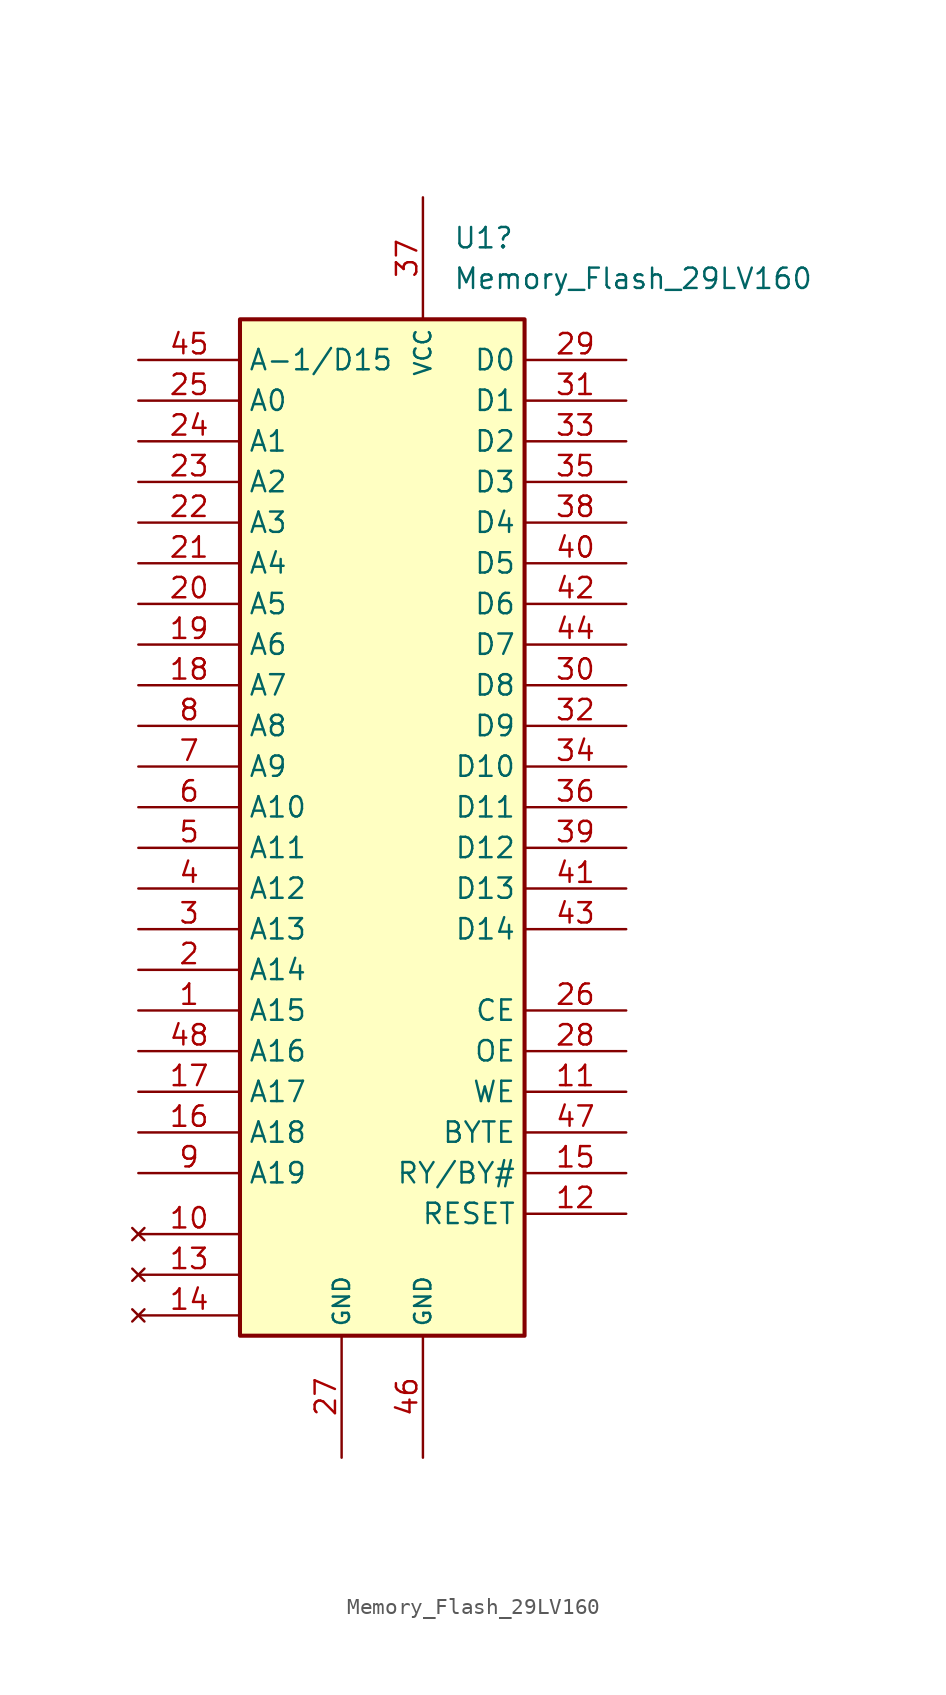
<source format=kicad_sym>
(kicad_symbol_lib
  (version 20231120)
  (generator "kicad_symbol_editor")
  (generator_version "8.0")
  (symbol "Memory_Flash_29LV160"
    (property "Reference" "U1"
      (at 4.42 27.94 0)
      (effects (font (size 1.27 1.27)) (justify left)))
    (property "Value" "Memory_Flash_29LV160"
      (at 4.42 25.4 0)
      (effects (font (size 1.27 1.27)) (justify left)))
    (symbol "Memory_Flash_29LV160_0_1"
      (rectangle (start -8.89 22.86) (end 8.89 -40.64) (stroke (width 0.254) (type default)) (fill (type background))))
    (symbol "Memory_Flash_29LV160_1_1"
      (pin input line (at -15.24 -20.32 0) (length 6.35) (name "A15" (effects (font (size 1.27 1.27)))) (number "1" (effects (font (size 1.27 1.27)))))
      (pin no_connect line (at -15.24 -34.29 0) (length 6.35) (name "" (effects (font (size 1.27 1.27)))) (number "10" (effects (font (size 1.27 1.27)))))
      (pin input line (at 15.24 -25.4 180) (length 6.35) (name "WE" (effects (font (size 1.27 1.27)))) (number "11" (effects (font (size 1.27 1.27)))))
      (pin input line (at 15.24 -33.02 180) (length 6.35) (name "RESET" (effects (font (size 1.27 1.27)))) (number "12" (effects (font (size 1.27 1.27)))))
      (pin no_connect line (at -15.24 -36.83 0) (length 6.35) (name "" (effects (font (size 1.27 1.27)))) (number "13" (effects (font (size 1.27 1.27)))))
      (pin no_connect line (at -15.24 -39.37 0) (length 6.35) (name "" (effects (font (size 1.27 1.27)))) (number "14" (effects (font (size 1.27 1.27)))))
      (pin input line (at 15.24 -30.48 180) (length 6.35) (name "RY/BY#" (effects (font (size 1.27 1.27)))) (number "15" (effects (font (size 1.27 1.27)))))
      (pin input line (at -15.24 -27.94 0) (length 6.35) (name "A18" (effects (font (size 1.27 1.27)))) (number "16" (effects (font (size 1.27 1.27)))))
      (pin input line (at -15.24 -25.4 0) (length 6.35) (name "A17" (effects (font (size 1.27 1.27)))) (number "17" (effects (font (size 1.27 1.27)))))
      (pin input line (at -15.24 0 0) (length 6.35) (name "A7" (effects (font (size 1.27 1.27)))) (number "18" (effects (font (size 1.27 1.27)))))
      (pin input line (at -15.24 2.54 0) (length 6.35) (name "A6" (effects (font (size 1.27 1.27)))) (number "19" (effects (font (size 1.27 1.27)))))
      (pin input line (at -15.24 -17.78 0) (length 6.35) (name "A14" (effects (font (size 1.27 1.27)))) (number "2" (effects (font (size 1.27 1.27)))))
      (pin input line (at -15.24 5.08 0) (length 6.35) (name "A5" (effects (font (size 1.27 1.27)))) (number "20" (effects (font (size 1.27 1.27)))))
      (pin input line (at -15.24 7.62 0) (length 6.35) (name "A4" (effects (font (size 1.27 1.27)))) (number "21" (effects (font (size 1.27 1.27)))))
      (pin input line (at -15.24 10.16 0) (length 6.35) (name "A3" (effects (font (size 1.27 1.27)))) (number "22" (effects (font (size 1.27 1.27)))))
      (pin input line (at -15.24 12.7 0) (length 6.35) (name "A2" (effects (font (size 1.27 1.27)))) (number "23" (effects (font (size 1.27 1.27)))))
      (pin input line (at -15.24 15.24 0) (length 6.35) (name "A1" (effects (font (size 1.27 1.27)))) (number "24" (effects (font (size 1.27 1.27)))))
      (pin input line (at -15.24 17.78 0) (length 6.35) (name "A0" (effects (font (size 1.27 1.27)))) (number "25" (effects (font (size 1.27 1.27)))))
      (pin input line (at 15.24 -20.32 180) (length 6.35) (name "CE" (effects (font (size 1.27 1.27)))) (number "26" (effects (font (size 1.27 1.27)))))
      (pin power_in line (at -2.54 -48.26 90) (length 7.62) (name "GND" (effects (font (size 1.016 1.016)))) (number "27" (effects (font (size 1.27 1.27)))))
      (pin input line (at 15.24 -22.86 180) (length 6.35) (name "OE" (effects (font (size 1.27 1.27)))) (number "28" (effects (font (size 1.27 1.27)))))
      (pin bidirectional line (at 15.24 20.32 180) (length 6.35) (name "D0" (effects (font (size 1.27 1.27)))) (number "29" (effects (font (size 1.27 1.27)))))
      (pin input line (at -15.24 -15.24 0) (length 6.35) (name "A13" (effects (font (size 1.27 1.27)))) (number "3" (effects (font (size 1.27 1.27)))))
      (pin bidirectional line (at 15.24 0 180) (length 6.35) (name "D8" (effects (font (size 1.27 1.27)))) (number "30" (effects (font (size 1.27 1.27)))))
      (pin bidirectional line (at 15.24 17.78 180) (length 6.35) (name "D1" (effects (font (size 1.27 1.27)))) (number "31" (effects (font (size 1.27 1.27)))))
      (pin bidirectional line (at 15.24 -2.54 180) (length 6.35) (name "D9" (effects (font (size 1.27 1.27)))) (number "32" (effects (font (size 1.27 1.27)))))
      (pin bidirectional line (at 15.24 15.24 180) (length 6.35) (name "D2" (effects (font (size 1.27 1.27)))) (number "33" (effects (font (size 1.27 1.27)))))
      (pin bidirectional line (at 15.24 -5.08 180) (length 6.35) (name "D10" (effects (font (size 1.27 1.27)))) (number "34" (effects (font (size 1.27 1.27)))))
      (pin bidirectional line (at 15.24 12.7 180) (length 6.35) (name "D3" (effects (font (size 1.27 1.27)))) (number "35" (effects (font (size 1.27 1.27)))))
      (pin bidirectional line (at 15.24 -7.62 180) (length 6.35) (name "D11" (effects (font (size 1.27 1.27)))) (number "36" (effects (font (size 1.27 1.27)))))
      (pin power_in line (at 2.54 30.48 270) (length 7.62) (name "VCC" (effects (font (size 1.016 1.016)))) (number "37" (effects (font (size 1.27 1.27)))))
      (pin bidirectional line (at 15.24 10.16 180) (length 6.35) (name "D4" (effects (font (size 1.27 1.27)))) (number "38" (effects (font (size 1.27 1.27)))))
      (pin bidirectional line (at 15.24 -10.16 180) (length 6.35) (name "D12" (effects (font (size 1.27 1.27)))) (number "39" (effects (font (size 1.27 1.27)))))
      (pin input line (at -15.24 -12.7 0) (length 6.35) (name "A12" (effects (font (size 1.27 1.27)))) (number "4" (effects (font (size 1.27 1.27)))))
      (pin bidirectional line (at 15.24 7.62 180) (length 6.35) (name "D5" (effects (font (size 1.27 1.27)))) (number "40" (effects (font (size 1.27 1.27)))))
      (pin bidirectional line (at 15.24 -12.7 180) (length 6.35) (name "D13" (effects (font (size 1.27 1.27)))) (number "41" (effects (font (size 1.27 1.27)))))
      (pin bidirectional line (at 15.24 5.08 180) (length 6.35) (name "D6" (effects (font (size 1.27 1.27)))) (number "42" (effects (font (size 1.27 1.27)))))
      (pin bidirectional line (at 15.24 -15.24 180) (length 6.35) (name "D14" (effects (font (size 1.27 1.27)))) (number "43" (effects (font (size 1.27 1.27)))))
      (pin bidirectional line (at 15.24 2.54 180) (length 6.35) (name "D7" (effects (font (size 1.27 1.27)))) (number "44" (effects (font (size 1.27 1.27)))))
      (pin bidirectional line (at -15.24 20.32 0) (length 6.35) (name "A-1/D15" (effects (font (size 1.27 1.27)))) (number "45" (effects (font (size 1.27 1.27)))))
      (pin power_in line (at 2.54 -48.26 90) (length 7.62) (name "GND" (effects (font (size 1.016 1.016)))) (number "46" (effects (font (size 1.27 1.27)))))
      (pin input line (at 15.24 -27.94 180) (length 6.35) (name "BYTE" (effects (font (size 1.27 1.27)))) (number "47" (effects (font (size 1.27 1.27)))))
      (pin input line (at -15.24 -22.86 0) (length 6.35) (name "A16" (effects (font (size 1.27 1.27)))) (number "48" (effects (font (size 1.27 1.27)))))
      (pin input line (at -15.24 -10.16 0) (length 6.35) (name "A11" (effects (font (size 1.27 1.27)))) (number "5" (effects (font (size 1.27 1.27)))))
      (pin input line (at -15.24 -7.62 0) (length 6.35) (name "A10" (effects (font (size 1.27 1.27)))) (number "6" (effects (font (size 1.27 1.27)))))
      (pin input line (at -15.24 -5.08 0) (length 6.35) (name "A9" (effects (font (size 1.27 1.27)))) (number "7" (effects (font (size 1.27 1.27)))))
      (pin input line (at -15.24 -2.54 0) (length 6.35) (name "A8" (effects (font (size 1.27 1.27)))) (number "8" (effects (font (size 1.27 1.27)))))
      (pin input line (at -15.24 -30.48 0) (length 6.35) (name "A19" (effects (font (size 1.27 1.27)))) (number "9" (effects (font (size 1.27 1.27))))))))
</source>
